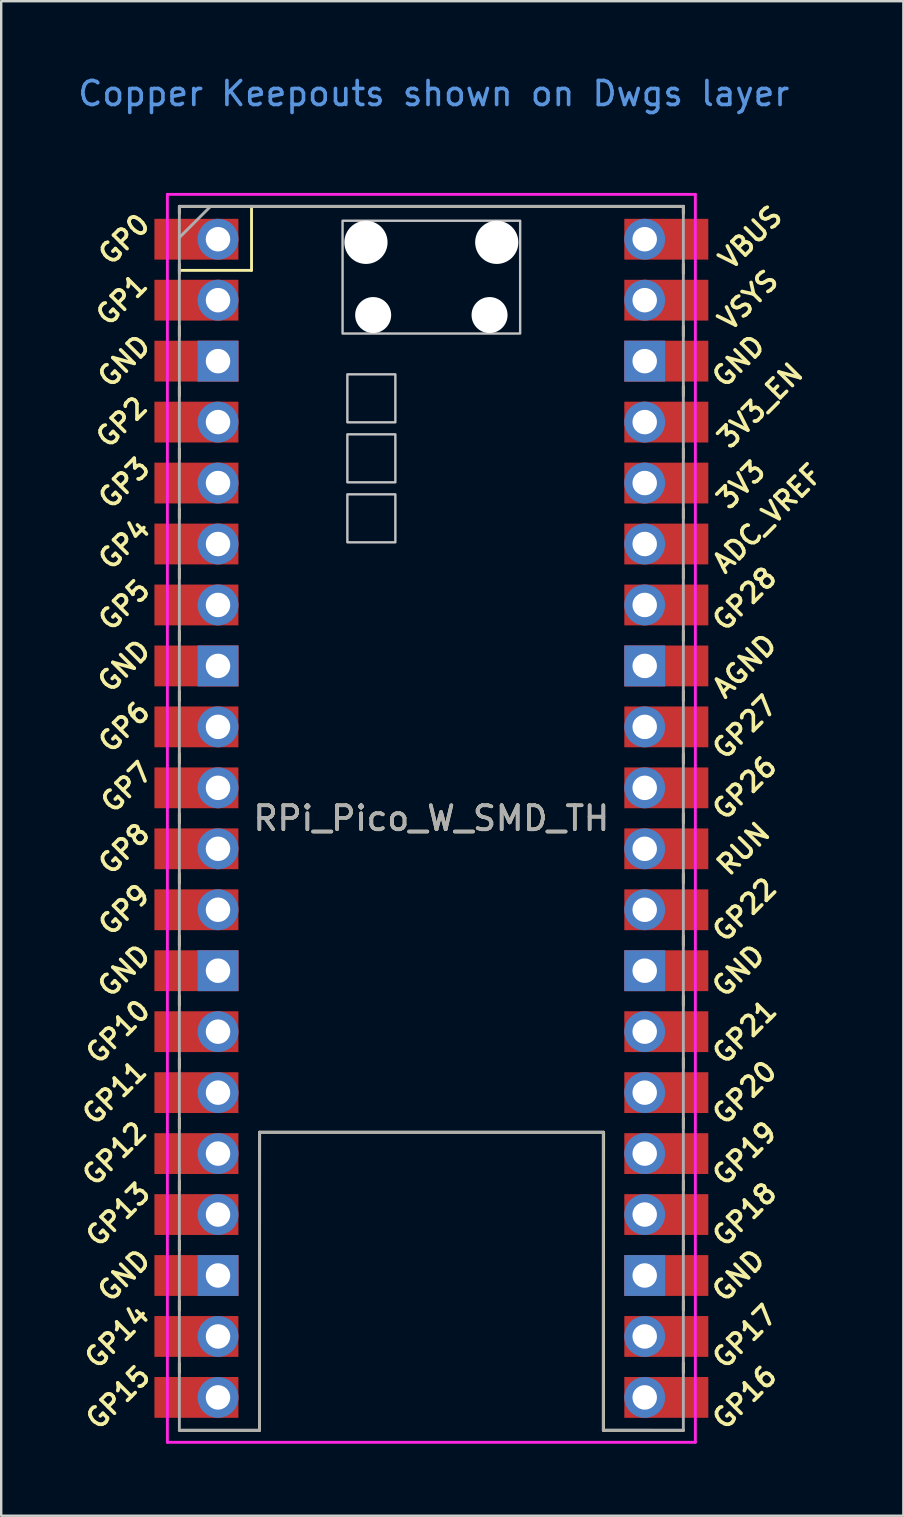
<source format=kicad_pcb>
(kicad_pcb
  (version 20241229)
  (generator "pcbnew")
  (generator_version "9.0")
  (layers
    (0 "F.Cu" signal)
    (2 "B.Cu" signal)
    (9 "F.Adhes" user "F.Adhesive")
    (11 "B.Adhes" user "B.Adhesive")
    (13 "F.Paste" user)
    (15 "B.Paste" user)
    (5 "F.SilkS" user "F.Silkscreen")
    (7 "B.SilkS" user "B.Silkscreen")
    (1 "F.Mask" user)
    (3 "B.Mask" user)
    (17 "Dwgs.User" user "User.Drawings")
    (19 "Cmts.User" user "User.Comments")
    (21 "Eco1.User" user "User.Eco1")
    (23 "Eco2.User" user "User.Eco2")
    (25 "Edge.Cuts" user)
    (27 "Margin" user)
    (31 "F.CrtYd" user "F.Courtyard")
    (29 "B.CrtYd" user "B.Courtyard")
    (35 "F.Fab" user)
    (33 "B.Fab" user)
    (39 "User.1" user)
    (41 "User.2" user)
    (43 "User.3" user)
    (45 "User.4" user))
  (footprint "RPi_Pico_W_SMD_TH"
    (layer "F.Cu")
    (at 14.924 31.048)
    (property "Reference" "RPi_Pico_W_SMD_TH" (at 0 0 0) (layer "F.SilkS") (effects (font (size 1 1) (thickness 0.15))))
    (attr through_hole)
    (fp_line (start -10.5 -25.5) (end -10.5 -25.2) (stroke (width 0.12) (type solid)) (layer "F.SilkS"))
    (fp_line (start -10.5 -25.5) (end 10.5 -25.5) (stroke (width 0.12) (type solid)) (layer "F.SilkS"))
    (fp_line (start -10.5 -23.1) (end -10.5 -22.7) (stroke (width 0.12) (type solid)) (layer "F.SilkS"))
    (fp_line (start -10.5 -22.833) (end -7.493 -22.833) (stroke (width 0.12) (type solid)) (layer "F.SilkS"))
    (fp_line (start -10.5 -20.5) (end -10.5 -20.1) (stroke (width 0.12) (type solid)) (layer "F.SilkS"))
    (fp_line (start -10.5 -18) (end -10.5 -17.6) (stroke (width 0.12) (type solid)) (layer "F.SilkS"))
    (fp_line (start -10.5 -15.4) (end -10.5 -15) (stroke (width 0.12) (type solid)) (layer "F.SilkS"))
    (fp_line (start -10.5 -12.9) (end -10.5 -12.5) (stroke (width 0.12) (type solid)) (layer "F.SilkS"))
    (fp_line (start -10.5 -10.4) (end -10.5 -10) (stroke (width 0.12) (type solid)) (layer "F.SilkS"))
    (fp_line (start -10.5 -7.8) (end -10.5 -7.4) (stroke (width 0.12) (type solid)) (layer "F.SilkS"))
    (fp_line (start -10.5 -5.3) (end -10.5 -4.9) (stroke (width 0.12) (type solid)) (layer "F.SilkS"))
    (fp_line (start -10.5 -2.7) (end -10.5 -2.3) (stroke (width 0.12) (type solid)) (layer "F.SilkS"))
    (fp_line (start -10.5 -0.2) (end -10.5 0.2) (stroke (width 0.12) (type solid)) (layer "F.SilkS"))
    (fp_line (start -10.5 2.3) (end -10.5 2.7) (stroke (width 0.12) (type solid)) (layer "F.SilkS"))
    (fp_line (start -10.5 4.9) (end -10.5 5.3) (stroke (width 0.12) (type solid)) (layer "F.SilkS"))
    (fp_line (start -10.5 7.4) (end -10.5 7.8) (stroke (width 0.12) (type solid)) (layer "F.SilkS"))
    (fp_line (start -10.5 10) (end -10.5 10.4) (stroke (width 0.12) (type solid)) (layer "F.SilkS"))
    (fp_line (start -10.5 12.5) (end -10.5 12.9) (stroke (width 0.12) (type solid)) (layer "F.SilkS"))
    (fp_line (start -10.5 15.1) (end -10.5 15.5) (stroke (width 0.12) (type solid)) (layer "F.SilkS"))
    (fp_line (start -10.5 17.6) (end -10.5 18) (stroke (width 0.12) (type solid)) (layer "F.SilkS"))
    (fp_line (start -10.5 20.1) (end -10.5 20.5) (stroke (width 0.12) (type solid)) (layer "F.SilkS"))
    (fp_line (start -10.5 22.7) (end -10.5 23.1) (stroke (width 0.12) (type solid)) (layer "F.SilkS"))
    (fp_line (start -7.493 -22.833) (end -7.493 -25.5) (stroke (width 0.12) (type solid)) (layer "F.SilkS"))
    (fp_line (start -7.163 25.5) (end -10.5 25.5) (stroke (width 0.12) (type solid)) (layer "F.SilkS"))
    (fp_line (start -7.163 25.5) (end -7.155 13.081) (stroke (width 0.12) (type solid)) (layer "F.SilkS"))
    (fp_line (start 7.163 13.081) (end -7.155 13.081) (stroke (width 0.12) (type solid)) (layer "F.SilkS"))
    (fp_line (start 7.171 25.5) (end 7.178 13.081) (stroke (width 0.12) (type solid)) (layer "F.SilkS"))
    (fp_line (start 10.5 -25.5) (end 10.5 -25.2) (stroke (width 0.12) (type solid)) (layer "F.SilkS"))
    (fp_line (start 10.5 -23.1) (end 10.5 -22.7) (stroke (width 0.12) (type solid)) (layer "F.SilkS"))
    (fp_line (start 10.5 -20.5) (end 10.5 -20.1) (stroke (width 0.12) (type solid)) (layer "F.SilkS"))
    (fp_line (start 10.5 -18) (end 10.5 -17.6) (stroke (width 0.12) (type solid)) (layer "F.SilkS"))
    (fp_line (start 10.5 -15.4) (end 10.5 -15) (stroke (width 0.12) (type solid)) (layer "F.SilkS"))
    (fp_line (start 10.5 -12.9) (end 10.5 -12.5) (stroke (width 0.12) (type solid)) (layer "F.SilkS"))
    (fp_line (start 10.5 -10.4) (end 10.5 -10) (stroke (width 0.12) (type solid)) (layer "F.SilkS"))
    (fp_line (start 10.5 -7.8) (end 10.5 -7.4) (stroke (width 0.12) (type solid)) (layer "F.SilkS"))
    (fp_line (start 10.5 -5.3) (end 10.5 -4.9) (stroke (width 0.12) (type solid)) (layer "F.SilkS"))
    (fp_line (start 10.5 -2.7) (end 10.5 -2.3) (stroke (width 0.12) (type solid)) (layer "F.SilkS"))
    (fp_line (start 10.5 -0.2) (end 10.5 0.2) (stroke (width 0.12) (type solid)) (layer "F.SilkS"))
    (fp_line (start 10.5 2.3) (end 10.5 2.7) (stroke (width 0.12) (type solid)) (layer "F.SilkS"))
    (fp_line (start 10.5 4.9) (end 10.5 5.3) (stroke (width 0.12) (type solid)) (layer "F.SilkS"))
    (fp_line (start 10.5 7.4) (end 10.5 7.8) (stroke (width 0.12) (type solid)) (layer "F.SilkS"))
    (fp_line (start 10.5 10) (end 10.5 10.4) (stroke (width 0.12) (type solid)) (layer "F.SilkS"))
    (fp_line (start 10.5 12.5) (end 10.5 12.9) (stroke (width 0.12) (type solid)) (layer "F.SilkS"))
    (fp_line (start 10.5 15.1) (end 10.5 15.5) (stroke (width 0.12) (type solid)) (layer "F.SilkS"))
    (fp_line (start 10.5 17.6) (end 10.5 18) (stroke (width 0.12) (type solid)) (layer "F.SilkS"))
    (fp_line (start 10.5 20.1) (end 10.5 20.5) (stroke (width 0.12) (type solid)) (layer "F.SilkS"))
    (fp_line (start 10.5 22.7) (end 10.5 23.1) (stroke (width 0.12) (type solid)) (layer "F.SilkS"))
    (fp_line (start 10.508 25.5) (end 7.171 25.5) (stroke (width 0.12) (type solid)) (layer "F.SilkS"))
    (fp_poly (pts (xy -1.5 -16.5) (xy -3.5 -16.5) (xy -3.5 -18.5) (xy -1.5 -18.5)) (stroke (width 0.1) (type solid)) (fill no) (layer "Dwgs.User"))
    (fp_poly (pts (xy -1.5 -14) (xy -3.5 -14) (xy -3.5 -16) (xy -1.5 -16)) (stroke (width 0.1) (type solid)) (fill no) (layer "Dwgs.User"))
    (fp_poly (pts (xy -1.5 -11.5) (xy -3.5 -11.5) (xy -3.5 -13.5) (xy -1.5 -13.5)) (stroke (width 0.1) (type solid)) (fill no) (layer "Dwgs.User"))
    (fp_poly (pts (xy 3.7 -20.2) (xy -3.7 -20.2) (xy -3.7 -24.9) (xy 3.7 -24.9)) (stroke (width 0.1) (type solid)) (fill no) (layer "Dwgs.User"))
    (fp_line (start -11 -26) (end 11 -26) (stroke (width 0.12) (type solid)) (layer "F.CrtYd"))
    (fp_line (start -11 26) (end -11 -26) (stroke (width 0.12) (type solid)) (layer "F.CrtYd"))
    (fp_line (start 11 -26) (end 11 26) (stroke (width 0.12) (type solid)) (layer "F.CrtYd"))
    (fp_line (start 11 26) (end -11 26) (stroke (width 0.12) (type solid)) (layer "F.CrtYd"))
    (fp_line (start -10.5 -25.5) (end 10.5 -25.5) (stroke (width 0.12) (type solid)) (layer "F.Fab"))
    (fp_line (start -10.5 -24.2) (end -9.2 -25.5) (stroke (width 0.12) (type solid)) (layer "F.Fab"))
    (fp_line (start -10.5 25.5) (end -10.5 -25.5) (stroke (width 0.12) (type solid)) (layer "F.Fab"))
    (fp_line (start -7.163 25.502) (end -10.5 25.5) (stroke (width 0.12) (type solid)) (layer "F.Fab"))
    (fp_line (start -7.163 25.502) (end -7.163 13.081) (stroke (width 0.12) (type solid)) (layer "F.Fab"))
    (fp_line (start 7.163 13.081) (end -7.163 13.081) (stroke (width 0.12) (type solid)) (layer "F.Fab"))
    (fp_line (start 7.163 25.502) (end 7.163 13.081) (stroke (width 0.12) (type solid)) (layer "F.Fab"))
    (fp_line (start 10.5 -25.5) (end 10.5 25.5) (stroke (width 0.12) (type solid)) (layer "F.Fab"))
    (fp_line (start 10.5 25.5) (end 7.163 25.498) (stroke (width 0.12) (type solid)) (layer "F.Fab"))
    (fp_text user "GP21" (at 13.054 8.9 45) (layer "F.SilkS") (effects (font (size 0.8 0.8) (thickness 0.15))))
    (fp_text user "GP6" (at -12.8 -3.81 45) (layer "F.SilkS") (effects (font (size 0.8 0.8) (thickness 0.15))))
    (fp_text user "GP18" (at 13.054 16.51 45) (layer "F.SilkS") (effects (font (size 0.8 0.8) (thickness 0.15))))
    (fp_text user "GP3" (at -12.8 -13.97 45) (layer "F.SilkS") (effects (font (size 0.8 0.8) (thickness 0.15))))
    (fp_text user "3V3" (at 12.9 -13.9 45) (layer "F.SilkS") (effects (font (size 0.8 0.8) (thickness 0.15))))
    (fp_text user "GP14" (at -13.1 21.59 45) (layer "F.SilkS") (effects (font (size 0.8 0.8) (thickness 0.15))))
    (fp_text user "GP1" (at -12.9 -21.6 45) (layer "F.SilkS") (effects (font (size 0.8 0.8) (thickness 0.15))))
    (fp_text user "GND" (at 12.8 19.05 45) (layer "F.SilkS") (effects (font (size 0.8 0.8) (thickness 0.15))))
    (fp_text user "GND" (at -12.8 -6.35 45) (layer "F.SilkS") (effects (font (size 0.8 0.8) (thickness 0.15))))
    (fp_text user "GP7" (at -12.7 -1.3 45) (layer "F.SilkS") (effects (font (size 0.8 0.8) (thickness 0.15))))
    (fp_text user "GP13" (at -13.054 16.51 45) (layer "F.SilkS") (effects (font (size 0.8 0.8) (thickness 0.15))))
    (fp_text user "GP8" (at -12.8 1.27 45) (layer "F.SilkS") (effects (font (size 0.8 0.8) (thickness 0.15))))
    (fp_text user "GP28" (at 13.054 -9.144 45) (layer "F.SilkS") (effects (font (size 0.8 0.8) (thickness 0.15))))
    (fp_text user "3V3_EN" (at 13.7 -17.2 45) (layer "F.SilkS") (effects (font (size 0.8 0.8) (thickness 0.15))))
    (fp_text user "GND" (at 12.8 6.35 45) (layer "F.SilkS") (effects (font (size 0.8 0.8) (thickness 0.15))))
    (fp_text user "GP0" (at -12.8 -24.13 45) (layer "F.SilkS") (effects (font (size 0.8 0.8) (thickness 0.15))))
    (fp_text user "GP10" (at -13.054 8.89 45) (layer "F.SilkS") (effects (font (size 0.8 0.8) (thickness 0.15))))
    (fp_text user "GP15" (at -13.054 24.13 45) (layer "F.SilkS") (effects (font (size 0.8 0.8) (thickness 0.15))))
    (fp_text user "GND" (at -12.8 -19.05 45) (layer "F.SilkS") (effects (font (size 0.8 0.8) (thickness 0.15))))
    (fp_text user "VBUS" (at 13.3 -24.2 45) (layer "F.SilkS") (effects (font (size 0.8 0.8) (thickness 0.15))))
    (fp_text user "RUN" (at 13 1.27 45) (layer "F.SilkS") (effects (font (size 0.8 0.8) (thickness 0.15))))
    (fp_text user "VSYS" (at 13.2 -21.59 45) (layer "F.SilkS") (effects (font (size 0.8 0.8) (thickness 0.15))))
    (fp_text user "ADC_VREF" (at 14 -12.5 45) (layer "F.SilkS") (effects (font (size 0.8 0.8) (thickness 0.15))))
    (fp_text user "GP12" (at -13.2 13.97 45) (layer "F.SilkS") (effects (font (size 0.8 0.8) (thickness 0.15))))
    (fp_text user "GP16" (at 13.054 24.13 45) (layer "F.SilkS") (effects (font (size 0.8 0.8) (thickness 0.15))))
    (fp_text user "GP20" (at 13.054 11.43 45) (layer "F.SilkS") (effects (font (size 0.8 0.8) (thickness 0.15))))
    (fp_text user "GP19" (at 13.054 13.97 45) (layer "F.SilkS") (effects (font (size 0.8 0.8) (thickness 0.15))))
    (fp_text user "GND" (at -12.8 19.05 45) (layer "F.SilkS") (effects (font (size 0.8 0.8) (thickness 0.15))))
    (fp_text user "GP9" (at -12.8 3.81 45) (layer "F.SilkS") (effects (font (size 0.8 0.8) (thickness 0.15))))
    (fp_text user "GP5" (at -12.8 -8.89 45) (layer "F.SilkS") (effects (font (size 0.8 0.8) (thickness 0.15))))
    (fp_text user "AGND" (at 13.054 -6.35 45) (layer "F.SilkS") (effects (font (size 0.8 0.8) (thickness 0.15))))
    (fp_text user "GP2" (at -12.9 -16.51 45) (layer "F.SilkS") (effects (font (size 0.8 0.8) (thickness 0.15))))
    (fp_text user "GP26" (at 13.054 -1.27 45) (layer "F.SilkS") (effects (font (size 0.8 0.8) (thickness 0.15))))
    (fp_text user "GP22" (at 13.054 3.81 45) (layer "F.SilkS") (effects (font (size 0.8 0.8) (thickness 0.15))))
    (fp_text user "GP27" (at 13.054 -3.8 45) (layer "F.SilkS") (effects (font (size 0.8 0.8) (thickness 0.15))))
    (fp_text user "GP11" (at -13.2 11.43 45) (layer "F.SilkS") (effects (font (size 0.8 0.8) (thickness 0.15))))
    (fp_text user "GP4" (at -12.8 -11.43 45) (layer "F.SilkS") (effects (font (size 0.8 0.8) (thickness 0.15))))
    (fp_text user "GND" (at 12.8 -19.05 45) (layer "F.SilkS") (effects (font (size 0.8 0.8) (thickness 0.15))))
    (fp_text user "GND" (at -12.8 6.35 45) (layer "F.SilkS") (effects (font (size 0.8 0.8) (thickness 0.15))))
    (fp_text user "GP17" (at 13.054 21.59 45) (layer "F.SilkS") (effects (font (size 0.8 0.8) (thickness 0.15))))
    (fp_text user "Copper Keepouts shown on Dwgs layer" (at 0.1 -30.2 0) (layer "Cmts.User") (effects (font (size 1 1) (thickness 0.15))))
    (fp_text user "${REFERENCE}" (at 0 0 180) (layer "F.Fab") (effects (font (size 1 1) (thickness 0.15))))
    (pad "" np_thru_hole oval (at -2.725 -24) (size 1.8 1.8) (drill 1.8) (layers "*.Cu" "*.Mask"))
    (pad "" np_thru_hole oval (at -2.425 -20.97) (size 1.5 1.5) (drill 1.5) (layers "*.Cu" "*.Mask"))
    (pad "" np_thru_hole oval (at 2.425 -20.97) (size 1.5 1.5) (drill 1.5) (layers "*.Cu" "*.Mask"))
    (pad "" np_thru_hole oval (at 2.725 -24) (size 1.8 1.8) (drill 1.8) (layers "*.Cu" "*.Mask"))
    (pad "1" thru_hole oval (at -8.89 -24.13) (size 1.7 1.7) (drill 1.02) (layers "*.Cu" "*.Mask"))
    (pad "1" smd rect (at -8.89 -24.13) (size 3.5 1.7) (drill (offset -0.9 0)) (layers "F.Cu" "F.Mask"))
    (pad "2" thru_hole oval (at -8.89 -21.59) (size 1.7 1.7) (drill 1.02) (layers "*.Cu" "*.Mask"))
    (pad "2" smd rect (at -8.89 -21.59) (size 3.5 1.7) (drill (offset -0.9 0)) (layers "F.Cu" "F.Mask"))
    (pad "3" thru_hole rect (at -8.89 -19.05) (size 1.7 1.7) (drill 1.02) (layers "*.Cu" "*.Mask"))
    (pad "3" smd rect (at -8.89 -19.05) (size 3.5 1.7) (drill (offset -0.9 0)) (layers "F.Cu" "F.Mask"))
    (pad "4" thru_hole oval (at -8.89 -16.51) (size 1.7 1.7) (drill 1.02) (layers "*.Cu" "*.Mask"))
    (pad "4" smd rect (at -8.89 -16.51) (size 3.5 1.7) (drill (offset -0.9 0)) (layers "F.Cu" "F.Mask"))
    (pad "5" thru_hole oval (at -8.89 -13.97) (size 1.7 1.7) (drill 1.02) (layers "*.Cu" "*.Mask"))
    (pad "5" smd rect (at -8.89 -13.97) (size 3.5 1.7) (drill (offset -0.9 0)) (layers "F.Cu" "F.Mask"))
    (pad "6" thru_hole oval (at -8.89 -11.43) (size 1.7 1.7) (drill 1.02) (layers "*.Cu" "*.Mask"))
    (pad "6" smd rect (at -8.89 -11.43) (size 3.5 1.7) (drill (offset -0.9 0)) (layers "F.Cu" "F.Mask"))
    (pad "7" thru_hole oval (at -8.89 -8.89) (size 1.7 1.7) (drill 1.02) (layers "*.Cu" "*.Mask"))
    (pad "7" smd rect (at -8.89 -8.89) (size 3.5 1.7) (drill (offset -0.9 0)) (layers "F.Cu" "F.Mask"))
    (pad "8" thru_hole rect (at -8.89 -6.35) (size 1.7 1.7) (drill 1.02) (layers "*.Cu" "*.Mask"))
    (pad "8" smd rect (at -8.89 -6.35) (size 3.5 1.7) (drill (offset -0.9 0)) (layers "F.Cu" "F.Mask"))
    (pad "9" thru_hole oval (at -8.89 -3.81) (size 1.7 1.7) (drill 1.02) (layers "*.Cu" "*.Mask"))
    (pad "9" smd rect (at -8.89 -3.81) (size 3.5 1.7) (drill (offset -0.9 0)) (layers "F.Cu" "F.Mask"))
    (pad "10" thru_hole oval (at -8.89 -1.27) (size 1.7 1.7) (drill 1.02) (layers "*.Cu" "*.Mask"))
    (pad "10" smd rect (at -8.89 -1.27) (size 3.5 1.7) (drill (offset -0.9 0)) (layers "F.Cu" "F.Mask"))
    (pad "11" thru_hole oval (at -8.89 1.27) (size 1.7 1.7) (drill 1.02) (layers "*.Cu" "*.Mask"))
    (pad "11" smd rect (at -8.89 1.27) (size 3.5 1.7) (drill (offset -0.9 0)) (layers "F.Cu" "F.Mask"))
    (pad "12" thru_hole oval (at -8.89 3.81) (size 1.7 1.7) (drill 1.02) (layers "*.Cu" "*.Mask"))
    (pad "12" smd rect (at -8.89 3.81) (size 3.5 1.7) (drill (offset -0.9 0)) (layers "F.Cu" "F.Mask"))
    (pad "13" thru_hole rect (at -8.89 6.35) (size 1.7 1.7) (drill 1.02) (layers "*.Cu" "*.Mask"))
    (pad "13" smd rect (at -8.89 6.35) (size 3.5 1.7) (drill (offset -0.9 0)) (layers "F.Cu" "F.Mask"))
    (pad "14" thru_hole oval (at -8.89 8.89) (size 1.7 1.7) (drill 1.02) (layers "*.Cu" "*.Mask"))
    (pad "14" smd rect (at -8.89 8.89) (size 3.5 1.7) (drill (offset -0.9 0)) (layers "F.Cu" "F.Mask"))
    (pad "15" thru_hole oval (at -8.89 11.43) (size 1.7 1.7) (drill 1.02) (layers "*.Cu" "*.Mask"))
    (pad "15" smd rect (at -8.89 11.43) (size 3.5 1.7) (drill (offset -0.9 0)) (layers "F.Cu" "F.Mask"))
    (pad "16" thru_hole oval (at -8.89 13.97) (size 1.7 1.7) (drill 1.02) (layers "*.Cu" "*.Mask"))
    (pad "16" smd rect (at -8.89 13.97) (size 3.5 1.7) (drill (offset -0.9 0)) (layers "F.Cu" "F.Mask"))
    (pad "17" thru_hole oval (at -8.89 16.51) (size 1.7 1.7) (drill 1.02) (layers "*.Cu" "*.Mask"))
    (pad "17" smd rect (at -8.89 16.51) (size 3.5 1.7) (drill (offset -0.9 0)) (layers "F.Cu" "F.Mask"))
    (pad "18" thru_hole rect (at -8.89 19.05) (size 1.7 1.7) (drill 1.02) (layers "*.Cu" "*.Mask"))
    (pad "18" smd rect (at -8.89 19.05) (size 3.5 1.7) (drill (offset -0.9 0)) (layers "F.Cu" "F.Mask"))
    (pad "19" thru_hole oval (at -8.89 21.59) (size 1.7 1.7) (drill 1.02) (layers "*.Cu" "*.Mask"))
    (pad "19" smd rect (at -8.89 21.59) (size 3.5 1.7) (drill (offset -0.9 0)) (layers "F.Cu" "F.Mask"))
    (pad "20" thru_hole oval (at -8.89 24.13) (size 1.7 1.7) (drill 1.02) (layers "*.Cu" "*.Mask"))
    (pad "20" smd rect (at -8.89 24.13) (size 3.5 1.7) (drill (offset -0.9 0)) (layers "F.Cu" "F.Mask"))
    (pad "21" thru_hole oval (at 8.89 24.13) (size 1.7 1.7) (drill 1.02) (layers "*.Cu" "*.Mask"))
    (pad "21" smd rect (at 8.89 24.13) (size 3.5 1.7) (drill (offset 0.9 0)) (layers "F.Cu" "F.Mask"))
    (pad "22" thru_hole oval (at 8.89 21.59) (size 1.7 1.7) (drill 1.02) (layers "*.Cu" "*.Mask"))
    (pad "22" smd rect (at 8.89 21.59) (size 3.5 1.7) (drill (offset 0.9 0)) (layers "F.Cu" "F.Mask"))
    (pad "23" thru_hole rect (at 8.89 19.05) (size 1.7 1.7) (drill 1.02) (layers "*.Cu" "*.Mask"))
    (pad "23" smd rect (at 8.89 19.05) (size 3.5 1.7) (drill (offset 0.9 0)) (layers "F.Cu" "F.Mask"))
    (pad "24" thru_hole oval (at 8.89 16.51) (size 1.7 1.7) (drill 1.02) (layers "*.Cu" "*.Mask"))
    (pad "24" smd rect (at 8.89 16.51) (size 3.5 1.7) (drill (offset 0.9 0)) (layers "F.Cu" "F.Mask"))
    (pad "25" thru_hole oval (at 8.89 13.97) (size 1.7 1.7) (drill 1.02) (layers "*.Cu" "*.Mask"))
    (pad "25" smd rect (at 8.89 13.97) (size 3.5 1.7) (drill (offset 0.9 0)) (layers "F.Cu" "F.Mask"))
    (pad "26" thru_hole oval (at 8.89 11.43) (size 1.7 1.7) (drill 1.02) (layers "*.Cu" "*.Mask"))
    (pad "26" smd rect (at 8.89 11.43) (size 3.5 1.7) (drill (offset 0.9 0)) (layers "F.Cu" "F.Mask"))
    (pad "27" thru_hole oval (at 8.89 8.89) (size 1.7 1.7) (drill 1.02) (layers "*.Cu" "*.Mask"))
    (pad "27" smd rect (at 8.89 8.89) (size 3.5 1.7) (drill (offset 0.9 0)) (layers "F.Cu" "F.Mask"))
    (pad "28" thru_hole rect (at 8.89 6.35) (size 1.7 1.7) (drill 1.02) (layers "*.Cu" "*.Mask"))
    (pad "28" smd rect (at 8.89 6.35) (size 3.5 1.7) (drill (offset 0.9 0)) (layers "F.Cu" "F.Mask"))
    (pad "29" thru_hole oval (at 8.89 3.81) (size 1.7 1.7) (drill 1.02) (layers "*.Cu" "*.Mask"))
    (pad "29" smd rect (at 8.89 3.81) (size 3.5 1.7) (drill (offset 0.9 0)) (layers "F.Cu" "F.Mask"))
    (pad "30" thru_hole oval (at 8.89 1.27) (size 1.7 1.7) (drill 1.02) (layers "*.Cu" "*.Mask"))
    (pad "30" smd rect (at 8.89 1.27) (size 3.5 1.7) (drill (offset 0.9 0)) (layers "F.Cu" "F.Mask"))
    (pad "31" thru_hole oval (at 8.89 -1.27) (size 1.7 1.7) (drill 1.02) (layers "*.Cu" "*.Mask"))
    (pad "31" smd rect (at 8.89 -1.27) (size 3.5 1.7) (drill (offset 0.9 0)) (layers "F.Cu" "F.Mask"))
    (pad "32" thru_hole oval (at 8.89 -3.81) (size 1.7 1.7) (drill 1.02) (layers "*.Cu" "*.Mask"))
    (pad "32" smd rect (at 8.89 -3.81) (size 3.5 1.7) (drill (offset 0.9 0)) (layers "F.Cu" "F.Mask"))
    (pad "33" thru_hole rect (at 8.89 -6.35) (size 1.7 1.7) (drill 1.02) (layers "*.Cu" "*.Mask"))
    (pad "33" smd rect (at 8.89 -6.35) (size 3.5 1.7) (drill (offset 0.9 0)) (layers "F.Cu" "F.Mask"))
    (pad "34" thru_hole oval (at 8.89 -8.89) (size 1.7 1.7) (drill 1.02) (layers "*.Cu" "*.Mask"))
    (pad "34" smd rect (at 8.89 -8.89) (size 3.5 1.7) (drill (offset 0.9 0)) (layers "F.Cu" "F.Mask"))
    (pad "35" thru_hole oval (at 8.89 -11.43) (size 1.7 1.7) (drill 1.02) (layers "*.Cu" "*.Mask"))
    (pad "35" smd rect (at 8.89 -11.43) (size 3.5 1.7) (drill (offset 0.9 0)) (layers "F.Cu" "F.Mask"))
    (pad "36" thru_hole oval (at 8.89 -13.97) (size 1.7 1.7) (drill 1.02) (layers "*.Cu" "*.Mask"))
    (pad "36" smd rect (at 8.89 -13.97) (size 3.5 1.7) (drill (offset 0.9 0)) (layers "F.Cu" "F.Mask"))
    (pad "37" thru_hole oval (at 8.89 -16.51) (size 1.7 1.7) (drill 1.02) (layers "*.Cu" "*.Mask"))
    (pad "37" smd rect (at 8.89 -16.51) (size 3.5 1.7) (drill (offset 0.9 0)) (layers "F.Cu" "F.Mask"))
    (pad "38" thru_hole rect (at 8.89 -19.05) (size 1.7 1.7) (drill 1.02) (layers "*.Cu" "*.Mask"))
    (pad "38" smd rect (at 8.89 -19.05) (size 3.5 1.7) (drill (offset 0.9 0)) (layers "F.Cu" "F.Mask"))
    (pad "39" thru_hole oval (at 8.89 -21.59) (size 1.7 1.7) (drill 1.02) (layers "*.Cu" "*.Mask"))
    (pad "39" smd rect (at 8.89 -21.59) (size 3.5 1.7) (drill (offset 0.9 0)) (layers "F.Cu" "F.Mask"))
    (pad "40" thru_hole oval (at 8.89 -24.13) (size 1.7 1.7) (drill 1.02) (layers "*.Cu" "*.Mask"))
    (pad "40" smd rect (at 8.89 -24.13) (size 3.5 1.7) (drill (offset 0.9 0)) (layers "F.Cu" "F.Mask")))
  (gr_rect
    (start -3 -3)
    (end 34.591 60.108)
    (stroke (width 0.1) (type default))
    (fill no)
    (layer "Edge.Cuts")))
</source>
